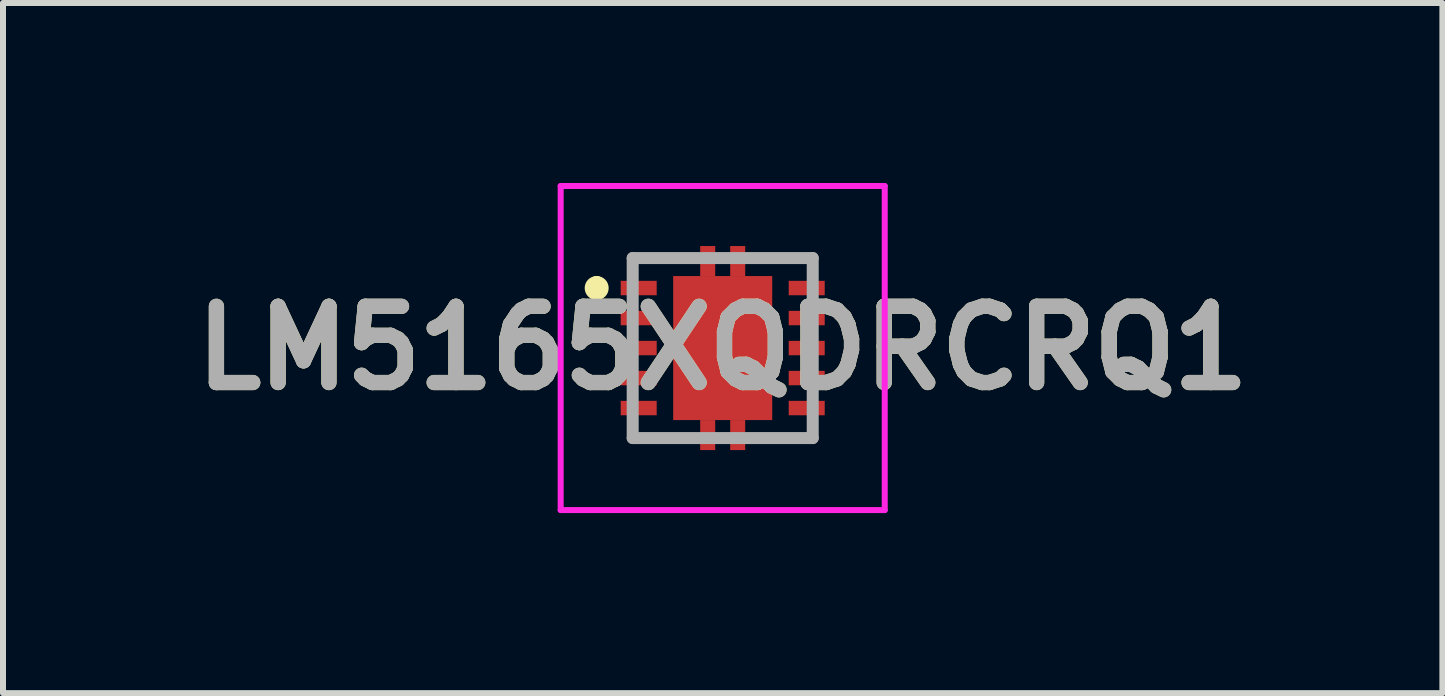
<source format=kicad_pcb>
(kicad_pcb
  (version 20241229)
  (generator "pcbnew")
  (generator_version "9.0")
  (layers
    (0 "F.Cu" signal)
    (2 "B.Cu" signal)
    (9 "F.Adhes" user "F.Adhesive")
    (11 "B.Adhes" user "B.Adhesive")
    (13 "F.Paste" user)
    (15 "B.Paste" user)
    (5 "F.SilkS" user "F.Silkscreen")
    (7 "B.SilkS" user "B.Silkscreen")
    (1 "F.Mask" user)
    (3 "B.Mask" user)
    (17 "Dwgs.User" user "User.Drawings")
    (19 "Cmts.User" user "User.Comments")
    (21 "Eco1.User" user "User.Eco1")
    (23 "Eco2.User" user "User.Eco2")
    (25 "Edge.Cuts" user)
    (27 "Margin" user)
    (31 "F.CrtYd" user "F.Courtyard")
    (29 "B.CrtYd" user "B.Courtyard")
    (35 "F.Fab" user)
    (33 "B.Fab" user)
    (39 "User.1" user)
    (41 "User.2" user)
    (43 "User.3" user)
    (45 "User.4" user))
  (footprint "LM5165XQDRCRQ1"
    (layer "F.Cu")
    (at 8.993 2.75)
    (property "Reference" "LM5165XQDRCRQ1" (at 0 0 0) (layer "F.SilkS") (effects (font (size 1.27 1.27) (thickness 0.254))))
    (attr smd)
    (fp_line (start -2.1 -1.1) (end -2.1 -1.1) (stroke (width 0.2) (type solid)) (layer "F.SilkS"))
    (fp_line (start -2.1 -0.9) (end -2.1 -0.9) (stroke (width 0.2) (type solid)) (layer "F.SilkS"))
    (fp_line (start -1.5 -1.5) (end -0.6 -1.5) (stroke (width 0.1) (type solid)) (layer "F.SilkS"))
    (fp_line (start -1.5 -1.3) (end -1.5 -1.5) (stroke (width 0.1) (type solid)) (layer "F.SilkS"))
    (fp_line (start -1.5 1.3) (end -1.5 1.5) (stroke (width 0.1) (type solid)) (layer "F.SilkS"))
    (fp_line (start -1.5 1.5) (end -0.6 1.5) (stroke (width 0.1) (type solid)) (layer "F.SilkS"))
    (fp_line (start 0.6 -1.5) (end 1.5 -1.5) (stroke (width 0.1) (type solid)) (layer "F.SilkS"))
    (fp_line (start 0.6 1.5) (end 1.5 1.5) (stroke (width 0.1) (type solid)) (layer "F.SilkS"))
    (fp_line (start 1.5 -1.5) (end 1.5 -1.3) (stroke (width 0.1) (type solid)) (layer "F.SilkS"))
    (fp_line (start 1.5 1.5) (end 1.5 1.3) (stroke (width 0.1) (type solid)) (layer "F.SilkS"))
    (fp_arc (start -2.1 -1.1) (mid -2 -1) (end -2.1 -0.9) (stroke (width 0.2) (type solid)) (layer "F.SilkS"))
    (fp_arc (start -2.1 -0.9) (mid -2.2 -1) (end -2.1 -1.1) (stroke (width 0.2) (type solid)) (layer "F.SilkS"))
    (fp_line (start -2.7 -2.7) (end 2.7 -2.7) (stroke (width 0.1) (type solid)) (layer "F.CrtYd"))
    (fp_line (start -2.7 2.7) (end -2.7 -2.7) (stroke (width 0.1) (type solid)) (layer "F.CrtYd"))
    (fp_line (start 2.7 -2.7) (end 2.7 2.7) (stroke (width 0.1) (type solid)) (layer "F.CrtYd"))
    (fp_line (start 2.7 2.7) (end -2.7 2.7) (stroke (width 0.1) (type solid)) (layer "F.CrtYd"))
    (fp_line (start -1.5 -1.5) (end 1.5 -1.5) (stroke (width 0.2) (type solid)) (layer "F.Fab"))
    (fp_line (start -1.5 1.5) (end -1.5 -1.5) (stroke (width 0.2) (type solid)) (layer "F.Fab"))
    (fp_line (start 1.5 -1.5) (end 1.5 1.5) (stroke (width 0.2) (type solid)) (layer "F.Fab"))
    (fp_line (start 1.5 1.5) (end -1.5 1.5) (stroke (width 0.2) (type solid)) (layer "F.Fab"))
    (fp_text user "${REFERENCE}" (at 0 0 0) (layer "F.Fab") (effects (font (size 1.27 1.27) (thickness 0.254))))
    (pad "1" smd rect (at -1.4 -1 90) (size 0.24 0.6) (layers "F.Cu" "F.Mask" "F.Paste"))
    (pad "2" smd rect (at -1.4 -0.5 90) (size 0.24 0.6) (layers "F.Cu" "F.Mask" "F.Paste"))
    (pad "3" smd rect (at -1.4 0 90) (size 0.24 0.6) (layers "F.Cu" "F.Mask" "F.Paste"))
    (pad "4" smd rect (at -1.4 0.5 90) (size 0.24 0.6) (layers "F.Cu" "F.Mask" "F.Paste"))
    (pad "5" smd rect (at -1.4 1 90) (size 0.24 0.6) (layers "F.Cu" "F.Mask" "F.Paste"))
    (pad "6" smd rect (at 1.4 1 90) (size 0.24 0.6) (layers "F.Cu" "F.Mask" "F.Paste"))
    (pad "7" smd rect (at 1.4 0.5 90) (size 0.24 0.6) (layers "F.Cu" "F.Mask" "F.Paste"))
    (pad "8" smd rect (at 1.4 0 90) (size 0.24 0.6) (layers "F.Cu" "F.Mask" "F.Paste"))
    (pad "9" smd rect (at 1.4 -0.5 90) (size 0.24 0.6) (layers "F.Cu" "F.Mask" "F.Paste"))
    (pad "10" smd rect (at 1.4 -1 90) (size 0.24 0.6) (layers "F.Cu" "F.Mask" "F.Paste"))
    (pad "11" smd rect (at 0 0) (size 1.65 2.4) (layers "F.Cu" "F.Mask" "F.Paste"))
    (pad "12" smd rect (at -0.25 -1.45) (size 0.25 0.5) (layers "F.Cu" "F.Mask" "F.Paste"))
    (pad "13" smd rect (at 0.25 -1.45) (size 0.25 0.5) (layers "F.Cu" "F.Mask" "F.Paste"))
    (pad "14" smd rect (at -0.25 1.45) (size 0.25 0.5) (layers "F.Cu" "F.Mask" "F.Paste"))
    (pad "15" smd rect (at 0.25 1.45) (size 0.25 0.5) (layers "F.Cu" "F.Mask" "F.Paste")))
  (gr_rect
    (start -3 -3)
    (end 20.986 8.5)
    (stroke (width 0.1) (type default))
    (fill no)
    (layer "Edge.Cuts")))
</source>
